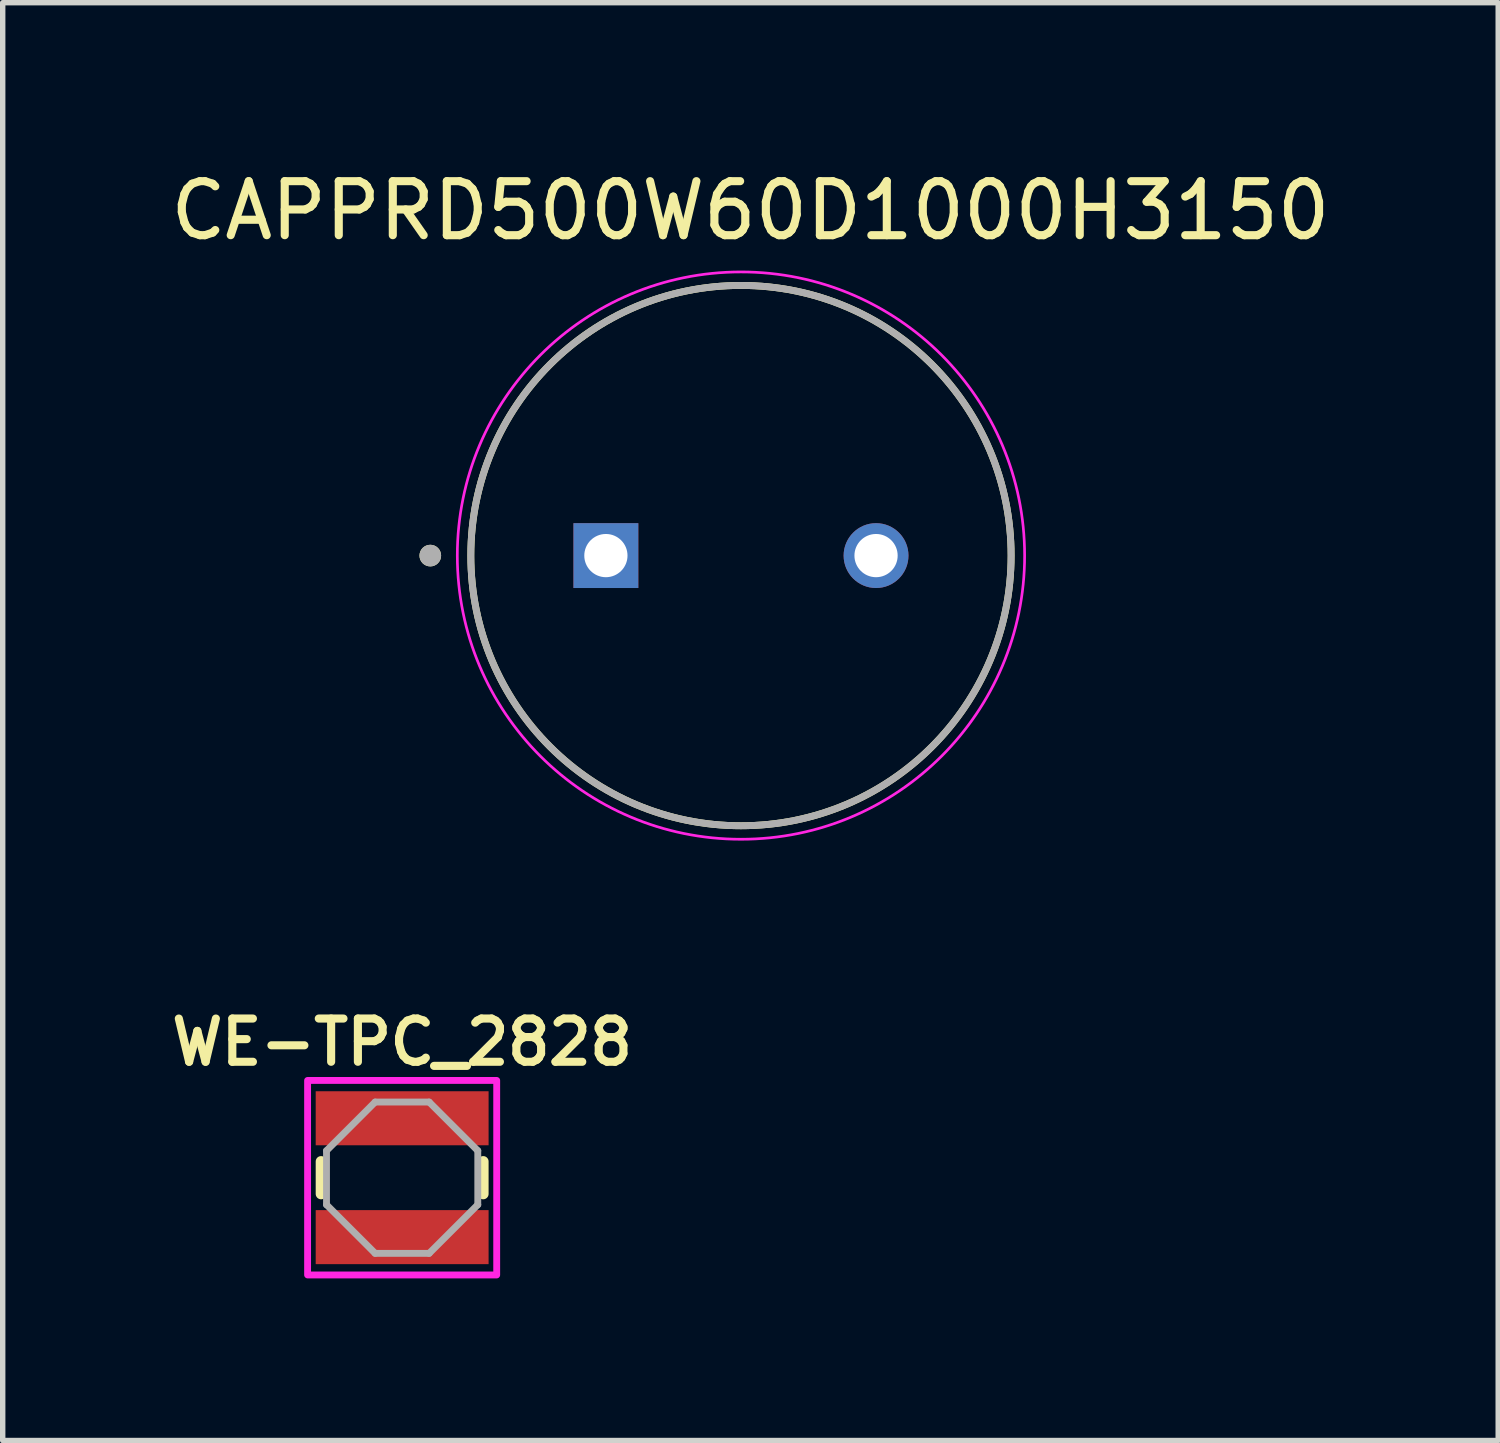
<source format=kicad_pcb>
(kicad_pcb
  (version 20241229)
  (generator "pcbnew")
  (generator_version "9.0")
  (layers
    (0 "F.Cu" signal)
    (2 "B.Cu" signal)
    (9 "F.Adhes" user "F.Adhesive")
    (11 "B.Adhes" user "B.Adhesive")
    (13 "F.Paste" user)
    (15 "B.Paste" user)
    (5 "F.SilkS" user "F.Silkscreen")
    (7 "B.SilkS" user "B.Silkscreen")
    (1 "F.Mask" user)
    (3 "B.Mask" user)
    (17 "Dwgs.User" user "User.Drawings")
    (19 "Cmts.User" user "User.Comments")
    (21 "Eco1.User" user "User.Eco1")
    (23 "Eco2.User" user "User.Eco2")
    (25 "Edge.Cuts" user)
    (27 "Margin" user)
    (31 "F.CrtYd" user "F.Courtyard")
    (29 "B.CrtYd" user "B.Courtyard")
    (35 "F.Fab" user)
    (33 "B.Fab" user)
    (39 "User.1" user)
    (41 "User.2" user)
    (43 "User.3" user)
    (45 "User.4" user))
  (footprint "WE-TPC_2828"
    (layer "F.Cu")
    (at 4.393 18.747)
    (property "Reference" "WE-TPC_2828" (at 0 -2.508 0) (layer "F.SilkS") (effects (font (size 0.8 0.8) (thickness 0.15))))
    (attr smd)
    (fp_line (start -1.5 -0.3) (end -1.5 0.3) (stroke (width 0.2) (type solid)) (layer "F.SilkS"))
    (fp_line (start 1.5 -0.3) (end 1.5 0.3) (stroke (width 0.2) (type solid)) (layer "F.SilkS"))
    (fp_poly (pts (xy -1.75 -1.8) (xy 1.75 -1.8) (xy 1.75 1.8) (xy -1.75 1.8)) (stroke (width 0.127) (type solid)) (fill no) (layer "F.CrtYd"))
    (fp_line (start -1.4 -0.5) (end -1.4 0.5) (stroke (width 0.127) (type solid)) (layer "F.Fab"))
    (fp_line (start -1.4 0.5) (end -0.5 1.4) (stroke (width 0.127) (type solid)) (layer "F.Fab"))
    (fp_line (start -0.5 -1.4) (end -1.4 -0.5) (stroke (width 0.127) (type solid)) (layer "F.Fab"))
    (fp_line (start -0.5 -1.4) (end 0.5 -1.4) (stroke (width 0.127) (type solid)) (layer "F.Fab"))
    (fp_line (start -0.5 1.4) (end 0.5 1.4) (stroke (width 0.127) (type solid)) (layer "F.Fab"))
    (fp_line (start 0.5 -1.4) (end 1.4 -0.5) (stroke (width 0.127) (type solid)) (layer "F.Fab"))
    (fp_line (start 1.4 -0.5) (end 1.4 0.5) (stroke (width 0.127) (type solid)) (layer "F.Fab"))
    (fp_line (start 1.4 0.5) (end 0.5 1.4) (stroke (width 0.127) (type solid)) (layer "F.Fab"))
    (pad "1" smd rect (at 0 -1.1) (size 3.2 1) (layers "F.Cu" "F.Mask" "F.Paste"))
    (pad "2" smd rect (at 0 1.1) (size 3.2 1) (layers "F.Cu" "F.Mask" "F.Paste")))
  (footprint "CAPPRD500W60D1000H3150"
    (layer "F.Cu")
    (at 10.664 7.233)
    (property "Reference" "CAPPRD500W60D1000H3150" (at 0.175 -6.385 0) (layer "F.SilkS") (effects (font (size 1 1) (thickness 0.15))))
    (attr through_hole)
    (fp_circle (center -5.75 0) (end -5.65 0) (stroke (width 0.2) (type solid)) (fill no) (layer "F.SilkS"))
    (fp_circle (center 0 0) (end 5 0) (stroke (width 0.127) (type solid)) (fill no) (layer "F.SilkS"))
    (fp_circle (center 0 0) (end 5.25 0) (stroke (width 0.05) (type solid)) (fill no) (layer "F.CrtYd"))
    (fp_circle (center -5.75 0) (end -5.65 0) (stroke (width 0.2) (type solid)) (fill no) (layer "F.Fab"))
    (fp_circle (center 0 0) (end 5 0) (stroke (width 0.127) (type solid)) (fill no) (layer "F.Fab"))
    (pad "1" thru_hole rect (at -2.5 0) (size 1.2 1.2) (drill 0.8) (layers "*.Cu" "*.Mask"))
    (pad "2" thru_hole circle (at 2.5 0) (size 1.2 1.2) (drill 0.8) (layers "*.Cu" "*.Mask")))
  (gr_rect
    (start -3 -3)
    (end 24.679 23.611)
    (stroke (width 0.1) (type default))
    (fill no)
    (layer "Edge.Cuts")))
</source>
